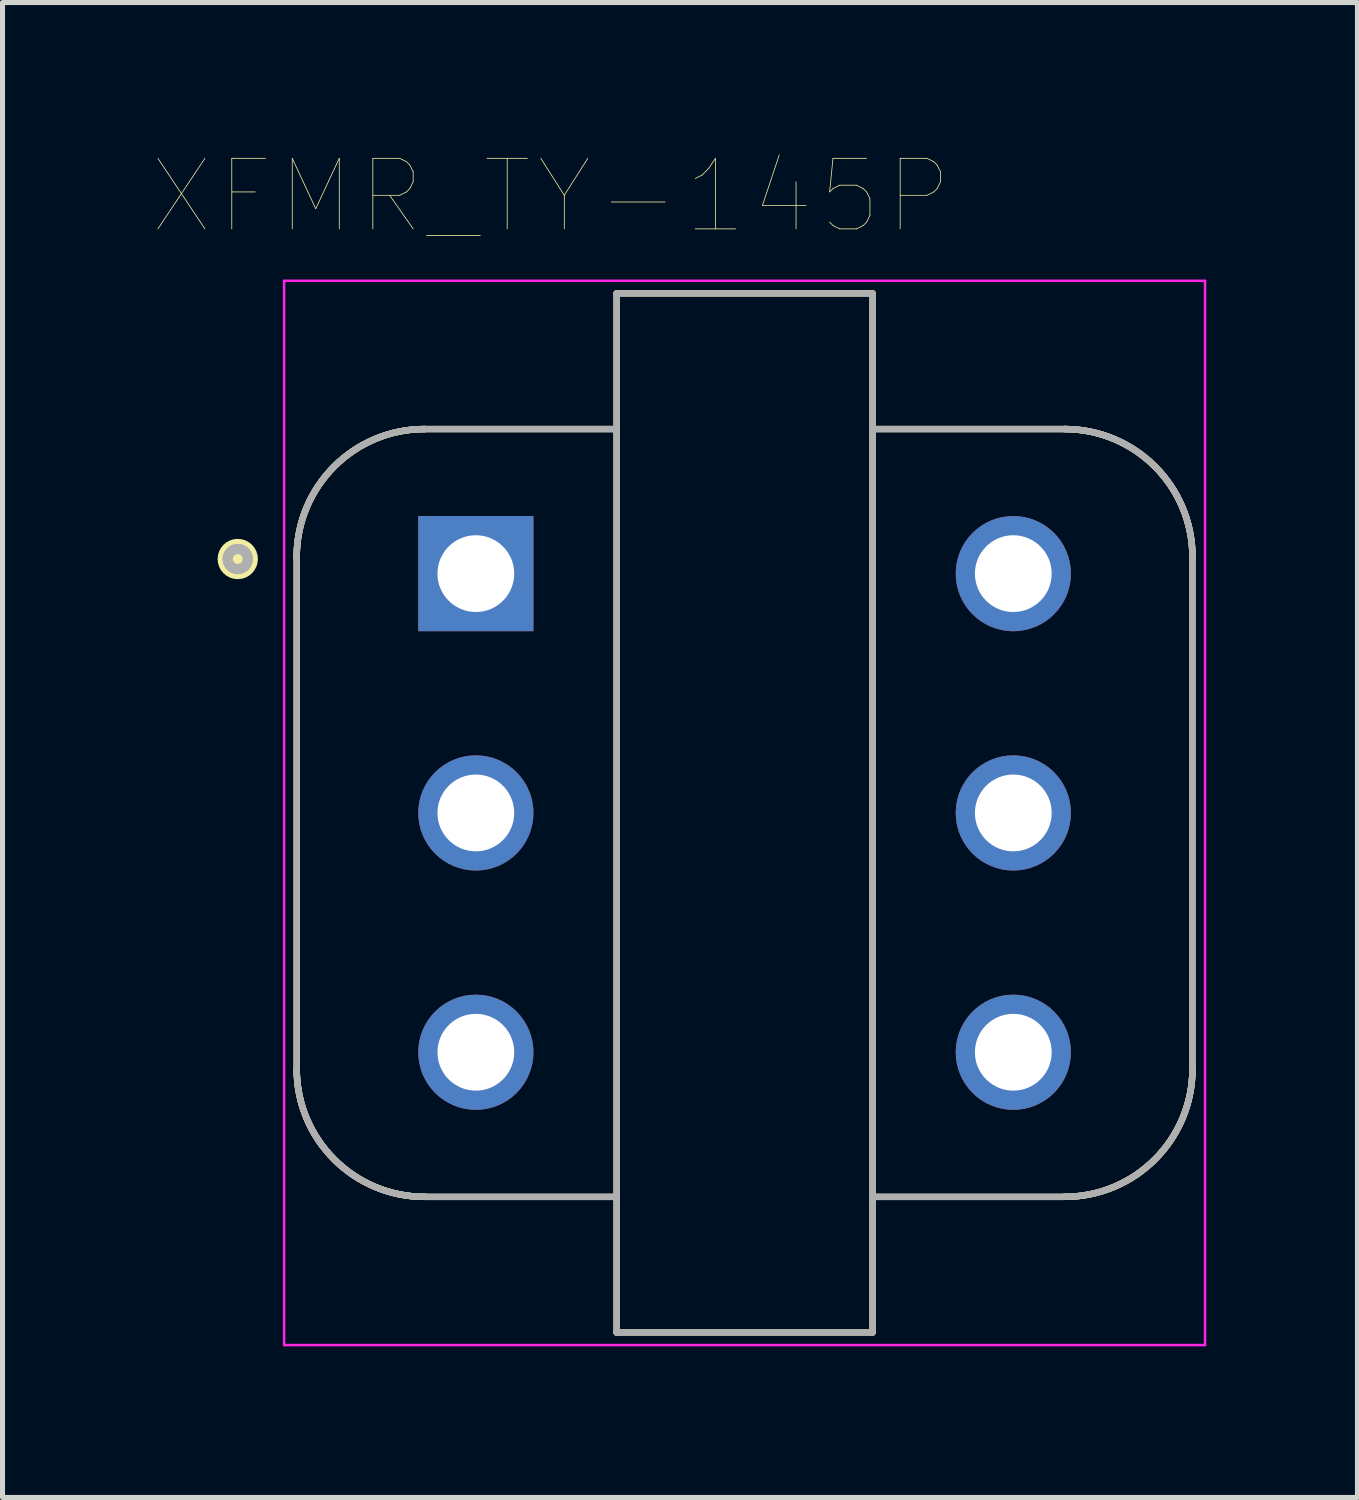
<source format=kicad_pcb>
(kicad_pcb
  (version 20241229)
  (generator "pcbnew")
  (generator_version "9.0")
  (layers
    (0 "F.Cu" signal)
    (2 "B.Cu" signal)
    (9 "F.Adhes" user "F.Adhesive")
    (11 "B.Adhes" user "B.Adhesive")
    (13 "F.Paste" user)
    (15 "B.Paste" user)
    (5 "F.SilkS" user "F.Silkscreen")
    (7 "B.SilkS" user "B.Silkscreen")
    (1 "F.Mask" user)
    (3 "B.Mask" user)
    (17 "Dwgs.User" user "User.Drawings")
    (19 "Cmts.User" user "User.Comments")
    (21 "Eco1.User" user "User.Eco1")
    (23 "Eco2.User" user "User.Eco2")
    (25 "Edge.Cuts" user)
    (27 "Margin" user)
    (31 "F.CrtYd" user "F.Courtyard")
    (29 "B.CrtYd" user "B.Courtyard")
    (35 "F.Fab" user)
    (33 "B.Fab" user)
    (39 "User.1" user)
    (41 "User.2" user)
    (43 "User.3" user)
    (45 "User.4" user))
  (footprint "XFMR_TY-145P"
    (layer "F.Cu")
    (at 11.729 13.086)
    (property "Reference" "XFMR_TY-145P" (at -3.845 -12.24 0) (layer "F.SilkS") (effects (font (size 1.4 1.4) (thickness 0.015))))
    (attr through_hole)
    (fp_line (start -8.89 -5.08) (end -8.89 5.08) (stroke (width 0.127) (type solid)) (layer "F.SilkS"))
    (fp_line (start -2.54 -10.312) (end 2.54 -10.312) (stroke (width 0.127) (type solid)) (layer "F.SilkS"))
    (fp_line (start -2.54 -7.62) (end -6.35 -7.62) (stroke (width 0.127) (type solid)) (layer "F.SilkS"))
    (fp_line (start -2.54 -7.62) (end -2.54 -10.312) (stroke (width 0.127) (type solid)) (layer "F.SilkS"))
    (fp_line (start -2.54 7.62) (end -6.35 7.62) (stroke (width 0.127) (type solid)) (layer "F.SilkS"))
    (fp_line (start -2.54 7.62) (end -2.54 -7.62) (stroke (width 0.127) (type solid)) (layer "F.SilkS"))
    (fp_line (start -2.54 10.312) (end -2.54 7.62) (stroke (width 0.127) (type solid)) (layer "F.SilkS"))
    (fp_line (start 2.54 -10.312) (end 2.54 -7.62) (stroke (width 0.127) (type solid)) (layer "F.SilkS"))
    (fp_line (start 2.54 -7.62) (end 2.54 7.62) (stroke (width 0.127) (type solid)) (layer "F.SilkS"))
    (fp_line (start 2.54 -7.62) (end 6.35 -7.62) (stroke (width 0.127) (type solid)) (layer "F.SilkS"))
    (fp_line (start 2.54 7.62) (end 2.54 10.312) (stroke (width 0.127) (type solid)) (layer "F.SilkS"))
    (fp_line (start 2.54 7.62) (end 6.35 7.62) (stroke (width 0.127) (type solid)) (layer "F.SilkS"))
    (fp_line (start 2.54 10.312) (end -2.54 10.312) (stroke (width 0.127) (type solid)) (layer "F.SilkS"))
    (fp_line (start 8.89 5.08) (end 8.89 -5.08) (stroke (width 0.127) (type solid)) (layer "F.SilkS"))
    (fp_arc (start -8.89 -5.08) (mid -8.146051 -6.876051) (end -6.35 -7.62) (stroke (width 0.127) (type solid)) (layer "F.SilkS"))
    (fp_arc (start -8.89 -5.08) (mid -8.146051 -6.876051) (end -6.35 -7.62) (stroke (width 0.127) (type solid)) (layer "F.SilkS"))
    (fp_arc (start -6.35 7.62) (mid -8.146051 6.876051) (end -8.89 5.08) (stroke (width 0.127) (type solid)) (layer "F.SilkS"))
    (fp_arc (start -6.35 7.62) (mid -8.146051 6.876051) (end -8.89 5.08) (stroke (width 0.127) (type solid)) (layer "F.SilkS"))
    (fp_arc (start 6.35 -7.62) (mid 8.146051 -6.876051) (end 8.89 -5.08) (stroke (width 0.127) (type solid)) (layer "F.SilkS"))
    (fp_arc (start 6.35 -7.62) (mid 8.146051 -6.876051) (end 8.89 -5.08) (stroke (width 0.127) (type solid)) (layer "F.SilkS"))
    (fp_arc (start 8.89 5.08) (mid 8.146051 6.876051) (end 6.35 7.62) (stroke (width 0.127) (type solid)) (layer "F.SilkS"))
    (fp_arc (start 8.89 5.08) (mid 8.146051 6.876051) (end 6.35 7.62) (stroke (width 0.127) (type solid)) (layer "F.SilkS"))
    (fp_circle (center -10.06 -5.04) (end -9.86 -5.04) (stroke (width 0.2) (type solid)) (fill no) (layer "F.SilkS"))
    (fp_circle (center -10.06 -5.04) (end -9.86 -5.04) (stroke (width 0.2) (type solid)) (fill no) (layer "F.SilkS"))
    (fp_circle (center -10.06 -5.04) (end -9.86 -5.04) (stroke (width 0.4) (type solid)) (fill no) (layer "F.SilkS"))
    (fp_line (start -9.14 -10.562) (end 9.14 -10.562) (stroke (width 0.05) (type solid)) (layer "F.CrtYd"))
    (fp_line (start -9.14 10.562) (end -9.14 -10.562) (stroke (width 0.05) (type solid)) (layer "F.CrtYd"))
    (fp_line (start 9.14 -10.562) (end 9.14 10.562) (stroke (width 0.05) (type solid)) (layer "F.CrtYd"))
    (fp_line (start 9.14 10.562) (end -9.14 10.562) (stroke (width 0.05) (type solid)) (layer "F.CrtYd"))
    (fp_line (start -8.89 -5.08) (end -8.89 5.08) (stroke (width 0.127) (type solid)) (layer "F.Fab"))
    (fp_line (start -2.54 -10.312) (end 2.54 -10.312) (stroke (width 0.127) (type solid)) (layer "F.Fab"))
    (fp_line (start -2.54 -7.62) (end -6.35 -7.62) (stroke (width 0.127) (type solid)) (layer "F.Fab"))
    (fp_line (start -2.54 -7.62) (end -2.54 -10.312) (stroke (width 0.127) (type solid)) (layer "F.Fab"))
    (fp_line (start -2.54 7.62) (end -6.35 7.62) (stroke (width 0.127) (type solid)) (layer "F.Fab"))
    (fp_line (start -2.54 7.62) (end -2.54 -7.62) (stroke (width 0.127) (type solid)) (layer "F.Fab"))
    (fp_line (start -2.54 10.312) (end -2.54 7.62) (stroke (width 0.127) (type solid)) (layer "F.Fab"))
    (fp_line (start 2.54 -10.312) (end 2.54 -7.62) (stroke (width 0.127) (type solid)) (layer "F.Fab"))
    (fp_line (start 2.54 -7.62) (end 2.54 7.62) (stroke (width 0.127) (type solid)) (layer "F.Fab"))
    (fp_line (start 2.54 -7.62) (end 6.35 -7.62) (stroke (width 0.127) (type solid)) (layer "F.Fab"))
    (fp_line (start 2.54 7.62) (end 2.54 10.312) (stroke (width 0.127) (type solid)) (layer "F.Fab"))
    (fp_line (start 2.54 7.62) (end 6.35 7.62) (stroke (width 0.127) (type solid)) (layer "F.Fab"))
    (fp_line (start 2.54 10.312) (end -2.54 10.312) (stroke (width 0.127) (type solid)) (layer "F.Fab"))
    (fp_line (start 8.89 5.08) (end 8.89 -5.08) (stroke (width 0.127) (type solid)) (layer "F.Fab"))
    (fp_arc (start -8.89 -5.08) (mid -8.146051 -6.876051) (end -6.35 -7.62) (stroke (width 0.127) (type solid)) (layer "F.Fab"))
    (fp_arc (start -8.89 -5.08) (mid -8.146051 -6.876051) (end -6.35 -7.62) (stroke (width 0.127) (type solid)) (layer "F.Fab"))
    (fp_arc (start -6.35 7.62) (mid -8.146051 6.876051) (end -8.89 5.08) (stroke (width 0.127) (type solid)) (layer "F.Fab"))
    (fp_arc (start -6.35 7.62) (mid -8.146051 6.876051) (end -8.89 5.08) (stroke (width 0.127) (type solid)) (layer "F.Fab"))
    (fp_arc (start 6.35 -7.62) (mid 8.146051 -6.876051) (end 8.89 -5.08) (stroke (width 0.127) (type solid)) (layer "F.Fab"))
    (fp_arc (start 6.35 -7.62) (mid 8.146051 -6.876051) (end 8.89 -5.08) (stroke (width 0.127) (type solid)) (layer "F.Fab"))
    (fp_arc (start 8.89 5.08) (mid 8.146051 6.876051) (end 6.35 7.62) (stroke (width 0.127) (type solid)) (layer "F.Fab"))
    (fp_arc (start 8.89 5.08) (mid 8.146051 6.876051) (end 6.35 7.62) (stroke (width 0.127) (type solid)) (layer "F.Fab"))
    (fp_circle (center -10.06 -5.04) (end -9.86 -5.04) (stroke (width 0.2) (type solid)) (fill no) (layer "F.Fab"))
    (fp_circle (center -10.06 -5.04) (end -9.86 -5.04) (stroke (width 0.2) (type solid)) (fill no) (layer "F.Fab"))
    (pad "1" thru_hole rect (at -5.334 -4.75) (size 2.286 2.286) (drill 1.524) (layers "*.Cu" "*.Mask"))
    (pad "2" thru_hole circle (at -5.334 0) (size 2.286 2.286) (drill 1.524) (layers "*.Cu" "*.Mask"))
    (pad "3" thru_hole circle (at -5.334 4.75) (size 2.286 2.286) (drill 1.524) (layers "*.Cu" "*.Mask"))
    (pad "4" thru_hole circle (at 5.334 4.75) (size 2.286 2.286) (drill 1.524) (layers "*.Cu" "*.Mask"))
    (pad "5" thru_hole circle (at 5.334 0) (size 2.286 2.286) (drill 1.524) (layers "*.Cu" "*.Mask"))
    (pad "6" thru_hole circle (at 5.334 -4.75) (size 2.286 2.286) (drill 1.524) (layers "*.Cu" "*.Mask")))
  (gr_rect
    (start -3 -3)
    (end 23.894 26.673)
    (stroke (width 0.1) (type default))
    (fill no)
    (layer "Edge.Cuts")))
</source>
